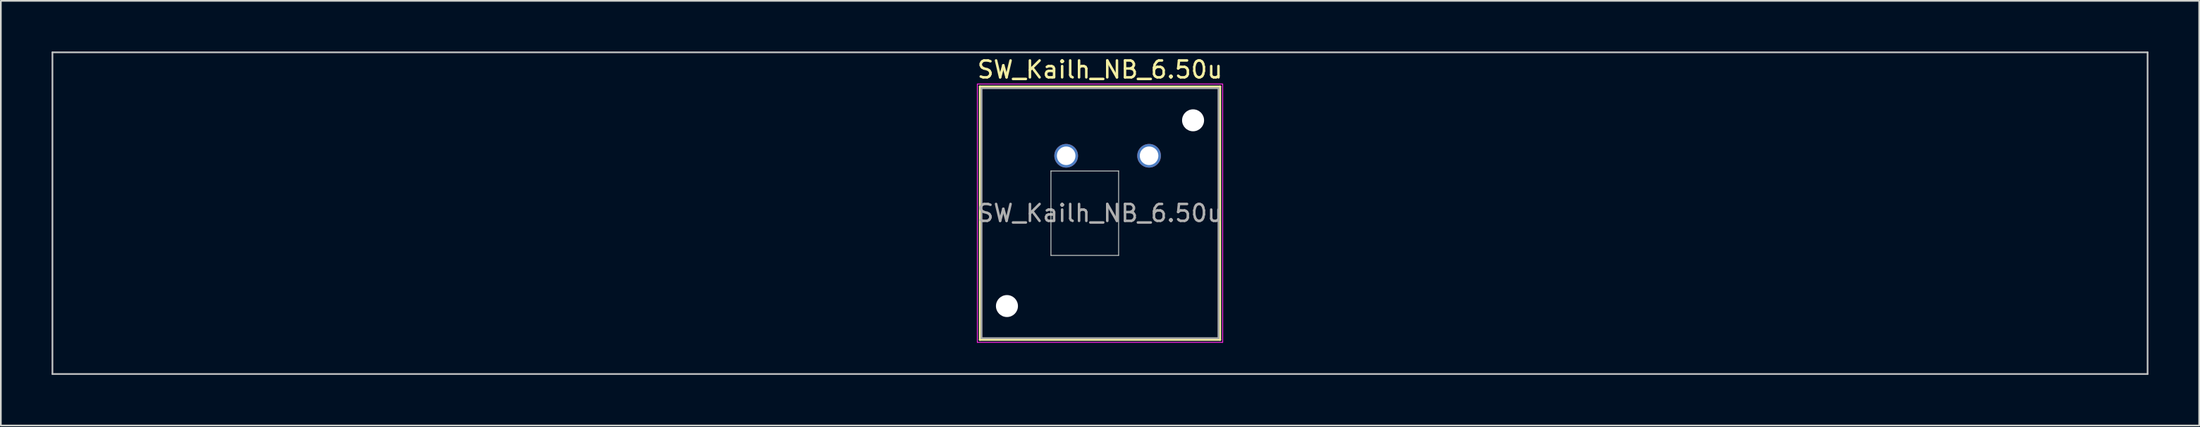
<source format=kicad_pcb>
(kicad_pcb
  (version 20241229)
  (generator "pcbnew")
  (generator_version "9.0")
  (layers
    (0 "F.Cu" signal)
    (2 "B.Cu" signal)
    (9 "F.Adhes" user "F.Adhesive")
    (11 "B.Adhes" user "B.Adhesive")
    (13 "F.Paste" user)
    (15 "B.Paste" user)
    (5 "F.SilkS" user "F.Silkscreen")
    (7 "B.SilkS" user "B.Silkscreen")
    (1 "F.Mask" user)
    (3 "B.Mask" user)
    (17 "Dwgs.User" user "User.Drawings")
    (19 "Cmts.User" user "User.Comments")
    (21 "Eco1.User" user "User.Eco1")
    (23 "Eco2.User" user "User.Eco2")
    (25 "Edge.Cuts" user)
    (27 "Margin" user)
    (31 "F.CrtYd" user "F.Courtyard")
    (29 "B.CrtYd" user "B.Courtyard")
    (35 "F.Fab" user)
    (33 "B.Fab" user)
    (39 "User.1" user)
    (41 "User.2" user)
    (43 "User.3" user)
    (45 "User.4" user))
  (footprint "SW_Kailh_NB_6.50u"
    (layer "F.Cu")
    (at 61.962 9.575)
    (property "Reference" "SW_Kailh_NB_6.50u" (at 0 -8.5 0) (layer "F.SilkS") (effects (font (size 1 1) (thickness 0.15))))
    (attr through_hole)
    (fp_line (start -7.1 -7.5) (end -7.1 7.5) (stroke (width 0.12) (type solid)) (layer "F.SilkS"))
    (fp_line (start -7.1 7.5) (end 7.1 7.5) (stroke (width 0.12) (type solid)) (layer "F.SilkS"))
    (fp_line (start 7.1 -7.5) (end -7.1 -7.5) (stroke (width 0.12) (type solid)) (layer "F.SilkS"))
    (fp_line (start 7.1 7.5) (end 7.1 -7.5) (stroke (width 0.12) (type solid)) (layer "F.SilkS"))
    (fp_line (start -61.913 -9.525) (end -61.913 9.525) (stroke (width 0.1) (type solid)) (layer "Dwgs.User"))
    (fp_line (start -61.913 9.525) (end 61.913 9.525) (stroke (width 0.1) (type solid)) (layer "Dwgs.User"))
    (fp_line (start 61.913 -9.525) (end -61.913 -9.525) (stroke (width 0.1) (type solid)) (layer "Dwgs.User"))
    (fp_line (start 61.913 9.525) (end 61.913 -9.525) (stroke (width 0.1) (type solid)) (layer "Dwgs.User"))
    (fp_line (start -2.9 -2.5) (end 1.1 -2.5) (stroke (width 0.05) (type solid)) (layer "Edge.Cuts"))
    (fp_line (start -2.9 2.5) (end -2.9 -2.5) (stroke (width 0.05) (type solid)) (layer "Edge.Cuts"))
    (fp_line (start 1.1 -2.5) (end 1.1 2.5) (stroke (width 0.05) (type solid)) (layer "Edge.Cuts"))
    (fp_line (start 1.1 2.5) (end -2.9 2.5) (stroke (width 0.05) (type solid)) (layer "Edge.Cuts"))
    (fp_line (start -7.25 -7.65) (end -7.25 7.65) (stroke (width 0.05) (type solid)) (layer "F.CrtYd"))
    (fp_line (start -7.25 7.65) (end 7.25 7.65) (stroke (width 0.05) (type solid)) (layer "F.CrtYd"))
    (fp_line (start 7.25 -7.65) (end -7.25 -7.65) (stroke (width 0.05) (type solid)) (layer "F.CrtYd"))
    (fp_line (start 7.25 7.65) (end 7.25 -7.65) (stroke (width 0.05) (type solid)) (layer "F.CrtYd"))
    (fp_line (start -7 -7.4) (end -7 7.4) (stroke (width 0.1) (type solid)) (layer "F.Fab"))
    (fp_line (start -7 7.4) (end 7 7.4) (stroke (width 0.1) (type solid)) (layer "F.Fab"))
    (fp_line (start 7 -7.4) (end -7 -7.4) (stroke (width 0.1) (type solid)) (layer "F.Fab"))
    (fp_line (start 7 7.4) (end 7 -7.4) (stroke (width 0.1) (type solid)) (layer "F.Fab"))
    (fp_text user "${REFERENCE}" (at 0 0 0) (layer "F.Fab") (effects (font (size 1 1) (thickness 0.15))))
    (pad "" np_thru_hole circle (at -5.5 5.5) (size 1.3 1.3) (drill 1.3) (layers "*.Cu" "*.Mask"))
    (pad "" np_thru_hole circle (at 5.5 -5.5) (size 1.3 1.3) (drill 1.3) (layers "*.Cu" "*.Mask"))
    (pad "1" thru_hole circle (at -2 -3.4) (size 1.4 1.4) (drill 1.1) (layers "*.Cu" "B.Mask"))
    (pad "2" thru_hole circle (at 2.9 -3.4) (size 1.4 1.4) (drill 1.1) (layers "*.Cu" "B.Mask")))
  (gr_rect
    (start -3 -3)
    (end 126.925 22.15)
    (stroke (width 0.1) (type default))
    (fill no)
    (layer "Edge.Cuts")))
</source>
